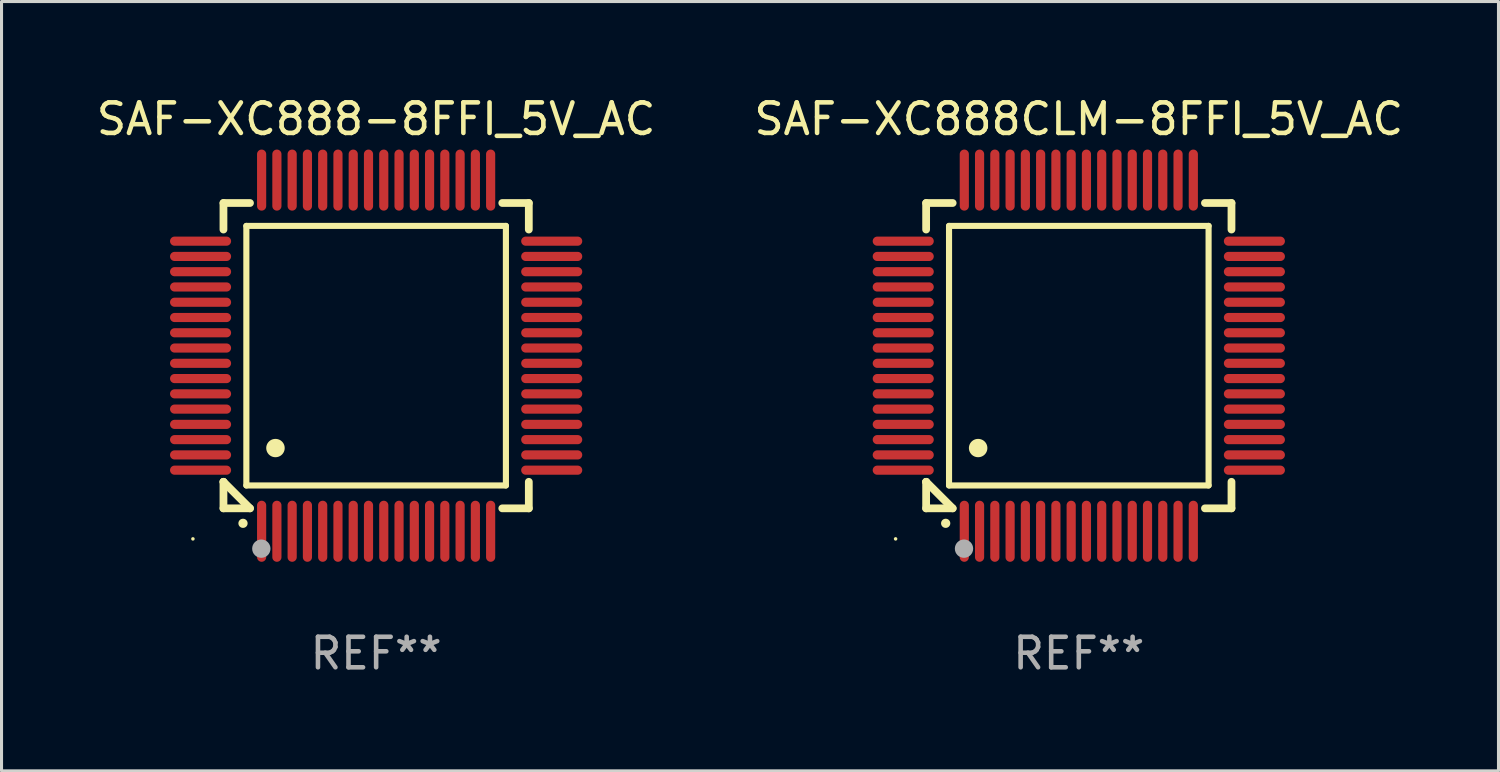
<source format=kicad_pcb>
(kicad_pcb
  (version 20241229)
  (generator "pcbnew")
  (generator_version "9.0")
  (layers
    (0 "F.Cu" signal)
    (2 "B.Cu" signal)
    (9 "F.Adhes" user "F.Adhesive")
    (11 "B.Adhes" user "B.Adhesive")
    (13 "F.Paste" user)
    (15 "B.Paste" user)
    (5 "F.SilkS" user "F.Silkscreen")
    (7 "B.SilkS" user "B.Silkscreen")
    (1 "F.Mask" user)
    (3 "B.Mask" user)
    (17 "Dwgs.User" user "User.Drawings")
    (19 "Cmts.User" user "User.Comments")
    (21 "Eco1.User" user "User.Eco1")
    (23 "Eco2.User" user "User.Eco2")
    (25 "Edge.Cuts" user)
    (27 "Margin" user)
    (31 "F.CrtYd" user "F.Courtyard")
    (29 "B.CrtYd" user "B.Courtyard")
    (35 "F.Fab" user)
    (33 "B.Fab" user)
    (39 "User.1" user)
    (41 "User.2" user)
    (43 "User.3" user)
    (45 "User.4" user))
  (footprint "SAF-XC888CLM-8FFI_5V_AC"
    (layer "F.Cu")
    (at 32.28 8.598)
    (property "Reference" "SAF-XC888CLM-8FFI_5V_AC" (at 0 -7.75 0) (layer "F.SilkS") (effects (font (size 1 1) (thickness 0.15))))
    (attr through_hole)
    (fp_line (start -5 -5) (end -4.131 -5) (stroke (width 0.254) (type solid)) (layer "F.SilkS"))
    (fp_line (start -5 -4.131) (end -5 -5) (stroke (width 0.254) (type solid)) (layer "F.SilkS"))
    (fp_line (start -5 4.131) (end -5 4.131) (stroke (width 0.254) (type solid)) (layer "F.SilkS"))
    (fp_line (start -5 5) (end -5 4.131) (stroke (width 0.254) (type solid)) (layer "F.SilkS"))
    (fp_line (start -5 4.131) (end -4.131 5) (stroke (width 0.254) (type solid)) (layer "F.SilkS"))
    (fp_line (start -4.25 -4.25) (end -4.25 4.25) (stroke (width 0.2) (type solid)) (layer "F.SilkS"))
    (fp_line (start -4.25 4.25) (end 4.25 4.25) (stroke (width 0.2) (type solid)) (layer "F.SilkS"))
    (fp_line (start -4.131 5) (end -5 5) (stroke (width 0.254) (type solid)) (layer "F.SilkS"))
    (fp_line (start 4.25 -4.25) (end -4.25 -4.25) (stroke (width 0.2) (type solid)) (layer "F.SilkS"))
    (fp_line (start 4.25 4.25) (end 4.25 -4.25) (stroke (width 0.2) (type solid)) (layer "F.SilkS"))
    (fp_line (start 5 -5) (end 4.131 -5) (stroke (width 0.254) (type solid)) (layer "F.SilkS"))
    (fp_line (start 5 -5) (end 5 -4.131) (stroke (width 0.254) (type solid)) (layer "F.SilkS"))
    (fp_line (start 5 4.131) (end 5 5) (stroke (width 0.254) (type solid)) (layer "F.SilkS"))
    (fp_line (start 5 5) (end 4.131 5) (stroke (width 0.254) (type solid)) (layer "F.SilkS"))
    (fp_arc (start -4.361265 5.489992) (mid -4.359995 5.489987) (end -4.358725 5.489992) (stroke (width 0.3) (type solid)) (layer "F.SilkS"))
    (fp_arc (start -3.299467 3.025146) (mid -3.296927 3.025135) (end -3.294387 3.025146) (stroke (width 0.6) (type solid)) (layer "F.SilkS"))
    (fp_circle (center -6 6) (end -5.97 6) (stroke (width 0.06) (type solid)) (fill no) (layer "F.SilkS"))
    (fp_circle (center -3.76 6.32) (end -3.61 6.32) (stroke (width 0.3) (type solid)) (fill no) (layer "F.Fab"))
    (fp_text user "REF**" (at 0 9.75 0) (layer "F.Fab") (effects (font (size 1 1) (thickness 0.15))))
    (pad "1" smd oval (at -3.75 5.75) (size 0.3 2) (layers "F.Cu" "F.Mask" "F.Paste"))
    (pad "2" smd oval (at -3.25 5.75) (size 0.3 2) (layers "F.Cu" "F.Mask" "F.Paste"))
    (pad "3" smd oval (at -2.75 5.75) (size 0.3 2) (layers "F.Cu" "F.Mask" "F.Paste"))
    (pad "4" smd oval (at -2.25 5.75) (size 0.3 2) (layers "F.Cu" "F.Mask" "F.Paste"))
    (pad "5" smd oval (at -1.75 5.75) (size 0.3 2) (layers "F.Cu" "F.Mask" "F.Paste"))
    (pad "6" smd oval (at -1.25 5.75) (size 0.3 2) (layers "F.Cu" "F.Mask" "F.Paste"))
    (pad "7" smd oval (at -0.75 5.75) (size 0.3 2) (layers "F.Cu" "F.Mask" "F.Paste"))
    (pad "8" smd oval (at -0.25 5.75) (size 0.3 2) (layers "F.Cu" "F.Mask" "F.Paste"))
    (pad "9" smd oval (at 0.25 5.75) (size 0.3 2) (layers "F.Cu" "F.Mask" "F.Paste"))
    (pad "10" smd oval (at 0.75 5.75) (size 0.3 2) (layers "F.Cu" "F.Mask" "F.Paste"))
    (pad "11" smd oval (at 1.25 5.75) (size 0.3 2) (layers "F.Cu" "F.Mask" "F.Paste"))
    (pad "12" smd oval (at 1.75 5.75) (size 0.3 2) (layers "F.Cu" "F.Mask" "F.Paste"))
    (pad "13" smd oval (at 2.25 5.75) (size 0.3 2) (layers "F.Cu" "F.Mask" "F.Paste"))
    (pad "14" smd oval (at 2.75 5.75) (size 0.3 2) (layers "F.Cu" "F.Mask" "F.Paste"))
    (pad "15" smd oval (at 3.25 5.75) (size 0.3 2) (layers "F.Cu" "F.Mask" "F.Paste"))
    (pad "16" smd oval (at 3.75 5.75) (size 0.3 2) (layers "F.Cu" "F.Mask" "F.Paste"))
    (pad "17" smd oval (at 5.75 3.75) (size 2 0.3) (layers "F.Cu" "F.Mask" "F.Paste"))
    (pad "18" smd oval (at 5.75 3.25) (size 2 0.3) (layers "F.Cu" "F.Mask" "F.Paste"))
    (pad "19" smd oval (at 5.75 2.75) (size 2 0.3) (layers "F.Cu" "F.Mask" "F.Paste"))
    (pad "20" smd oval (at 5.75 2.25) (size 2 0.3) (layers "F.Cu" "F.Mask" "F.Paste"))
    (pad "21" smd oval (at 5.75 1.75) (size 2 0.3) (layers "F.Cu" "F.Mask" "F.Paste"))
    (pad "22" smd oval (at 5.75 1.25) (size 2 0.3) (layers "F.Cu" "F.Mask" "F.Paste"))
    (pad "23" smd oval (at 5.75 0.75) (size 2 0.3) (layers "F.Cu" "F.Mask" "F.Paste"))
    (pad "24" smd oval (at 5.75 0.25) (size 2 0.3) (layers "F.Cu" "F.Mask" "F.Paste"))
    (pad "25" smd oval (at 5.75 -0.25) (size 2 0.3) (layers "F.Cu" "F.Mask" "F.Paste"))
    (pad "26" smd oval (at 5.75 -0.75) (size 2 0.3) (layers "F.Cu" "F.Mask" "F.Paste"))
    (pad "27" smd oval (at 5.75 -1.25) (size 2 0.3) (layers "F.Cu" "F.Mask" "F.Paste"))
    (pad "28" smd oval (at 5.75 -1.75) (size 2 0.3) (layers "F.Cu" "F.Mask" "F.Paste"))
    (pad "29" smd oval (at 5.75 -2.25) (size 2 0.3) (layers "F.Cu" "F.Mask" "F.Paste"))
    (pad "30" smd oval (at 5.75 -2.75) (size 2 0.3) (layers "F.Cu" "F.Mask" "F.Paste"))
    (pad "31" smd oval (at 5.75 -3.25) (size 2 0.3) (layers "F.Cu" "F.Mask" "F.Paste"))
    (pad "32" smd oval (at 5.75 -3.75) (size 2 0.3) (layers "F.Cu" "F.Mask" "F.Paste"))
    (pad "33" smd oval (at 3.75 -5.75) (size 0.3 2) (layers "F.Cu" "F.Mask" "F.Paste"))
    (pad "34" smd oval (at 3.25 -5.75) (size 0.3 2) (layers "F.Cu" "F.Mask" "F.Paste"))
    (pad "35" smd oval (at 2.75 -5.75) (size 0.3 2) (layers "F.Cu" "F.Mask" "F.Paste"))
    (pad "36" smd oval (at 2.25 -5.75) (size 0.3 2) (layers "F.Cu" "F.Mask" "F.Paste"))
    (pad "37" smd oval (at 1.75 -5.75) (size 0.3 2) (layers "F.Cu" "F.Mask" "F.Paste"))
    (pad "38" smd oval (at 1.25 -5.75) (size 0.3 2) (layers "F.Cu" "F.Mask" "F.Paste"))
    (pad "39" smd oval (at 0.75 -5.75) (size 0.3 2) (layers "F.Cu" "F.Mask" "F.Paste"))
    (pad "40" smd oval (at 0.25 -5.75) (size 0.3 2) (layers "F.Cu" "F.Mask" "F.Paste"))
    (pad "41" smd oval (at -0.25 -5.75) (size 0.3 2) (layers "F.Cu" "F.Mask" "F.Paste"))
    (pad "42" smd oval (at -0.75 -5.75) (size 0.3 2) (layers "F.Cu" "F.Mask" "F.Paste"))
    (pad "43" smd oval (at -1.25 -5.75) (size 0.3 2) (layers "F.Cu" "F.Mask" "F.Paste"))
    (pad "44" smd oval (at -1.75 -5.75) (size 0.3 2) (layers "F.Cu" "F.Mask" "F.Paste"))
    (pad "45" smd oval (at -2.25 -5.75) (size 0.3 2) (layers "F.Cu" "F.Mask" "F.Paste"))
    (pad "46" smd oval (at -2.75 -5.75) (size 0.3 2) (layers "F.Cu" "F.Mask" "F.Paste"))
    (pad "47" smd oval (at -3.25 -5.75) (size 0.3 2) (layers "F.Cu" "F.Mask" "F.Paste"))
    (pad "48" smd oval (at -3.75 -5.75) (size 0.3 2) (layers "F.Cu" "F.Mask" "F.Paste"))
    (pad "49" smd oval (at -5.75 -3.75) (size 2 0.3) (layers "F.Cu" "F.Mask" "F.Paste"))
    (pad "50" smd oval (at -5.75 -3.25) (size 2 0.3) (layers "F.Cu" "F.Mask" "F.Paste"))
    (pad "51" smd oval (at -5.75 -2.75) (size 2 0.3) (layers "F.Cu" "F.Mask" "F.Paste"))
    (pad "52" smd oval (at -5.75 -2.25) (size 2 0.3) (layers "F.Cu" "F.Mask" "F.Paste"))
    (pad "53" smd oval (at -5.75 -1.75) (size 2 0.3) (layers "F.Cu" "F.Mask" "F.Paste"))
    (pad "54" smd oval (at -5.75 -1.25) (size 2 0.3) (layers "F.Cu" "F.Mask" "F.Paste"))
    (pad "55" smd oval (at -5.75 -0.75) (size 2 0.3) (layers "F.Cu" "F.Mask" "F.Paste"))
    (pad "56" smd oval (at -5.75 -0.25) (size 2 0.3) (layers "F.Cu" "F.Mask" "F.Paste"))
    (pad "57" smd oval (at -5.75 0.25) (size 2 0.3) (layers "F.Cu" "F.Mask" "F.Paste"))
    (pad "58" smd oval (at -5.75 0.75) (size 2 0.3) (layers "F.Cu" "F.Mask" "F.Paste"))
    (pad "59" smd oval (at -5.75 1.25) (size 2 0.3) (layers "F.Cu" "F.Mask" "F.Paste"))
    (pad "60" smd oval (at -5.75 1.75) (size 2 0.3) (layers "F.Cu" "F.Mask" "F.Paste"))
    (pad "61" smd oval (at -5.75 2.25) (size 2 0.3) (layers "F.Cu" "F.Mask" "F.Paste"))
    (pad "62" smd oval (at -5.75 2.75) (size 2 0.3) (layers "F.Cu" "F.Mask" "F.Paste"))
    (pad "63" smd oval (at -5.75 3.25) (size 2 0.3) (layers "F.Cu" "F.Mask" "F.Paste"))
    (pad "64" smd oval (at -5.75 3.75) (size 2 0.3) (layers "F.Cu" "F.Mask" "F.Paste")))
  (footprint "SAF-XC888-8FFI_5V_AC"
    (layer "F.Cu")
    (at 9.268 8.598)
    (property "Reference" "SAF-XC888-8FFI_5V_AC" (at 0 -7.75 0) (layer "F.SilkS") (effects (font (size 1 1) (thickness 0.15))))
    (attr through_hole)
    (fp_line (start -5 -5) (end -4.131 -5) (stroke (width 0.254) (type solid)) (layer "F.SilkS"))
    (fp_line (start -5 -4.131) (end -5 -5) (stroke (width 0.254) (type solid)) (layer "F.SilkS"))
    (fp_line (start -5 4.131) (end -5 4.131) (stroke (width 0.254) (type solid)) (layer "F.SilkS"))
    (fp_line (start -5 5) (end -5 4.131) (stroke (width 0.254) (type solid)) (layer "F.SilkS"))
    (fp_line (start -5 4.131) (end -4.131 5) (stroke (width 0.254) (type solid)) (layer "F.SilkS"))
    (fp_line (start -4.25 -4.25) (end -4.25 4.25) (stroke (width 0.2) (type solid)) (layer "F.SilkS"))
    (fp_line (start -4.25 4.25) (end 4.25 4.25) (stroke (width 0.2) (type solid)) (layer "F.SilkS"))
    (fp_line (start -4.131 5) (end -5 5) (stroke (width 0.254) (type solid)) (layer "F.SilkS"))
    (fp_line (start 4.25 -4.25) (end -4.25 -4.25) (stroke (width 0.2) (type solid)) (layer "F.SilkS"))
    (fp_line (start 4.25 4.25) (end 4.25 -4.25) (stroke (width 0.2) (type solid)) (layer "F.SilkS"))
    (fp_line (start 5 -5) (end 4.131 -5) (stroke (width 0.254) (type solid)) (layer "F.SilkS"))
    (fp_line (start 5 -5) (end 5 -4.131) (stroke (width 0.254) (type solid)) (layer "F.SilkS"))
    (fp_line (start 5 4.131) (end 5 5) (stroke (width 0.254) (type solid)) (layer "F.SilkS"))
    (fp_line (start 5 5) (end 4.131 5) (stroke (width 0.254) (type solid)) (layer "F.SilkS"))
    (fp_arc (start -4.361265 5.489992) (mid -4.359995 5.489987) (end -4.358725 5.489992) (stroke (width 0.3) (type solid)) (layer "F.SilkS"))
    (fp_arc (start -3.299467 3.025146) (mid -3.296927 3.025135) (end -3.294387 3.025146) (stroke (width 0.6) (type solid)) (layer "F.SilkS"))
    (fp_circle (center -6 6) (end -5.97 6) (stroke (width 0.06) (type solid)) (fill no) (layer "F.SilkS"))
    (fp_circle (center -3.76 6.32) (end -3.61 6.32) (stroke (width 0.3) (type solid)) (fill no) (layer "F.Fab"))
    (fp_text user "REF**" (at 0 9.75 0) (layer "F.Fab") (effects (font (size 1 1) (thickness 0.15))))
    (pad "1" smd oval (at -3.75 5.75) (size 0.3 2) (layers "F.Cu" "F.Mask" "F.Paste"))
    (pad "2" smd oval (at -3.25 5.75) (size 0.3 2) (layers "F.Cu" "F.Mask" "F.Paste"))
    (pad "3" smd oval (at -2.75 5.75) (size 0.3 2) (layers "F.Cu" "F.Mask" "F.Paste"))
    (pad "4" smd oval (at -2.25 5.75) (size 0.3 2) (layers "F.Cu" "F.Mask" "F.Paste"))
    (pad "5" smd oval (at -1.75 5.75) (size 0.3 2) (layers "F.Cu" "F.Mask" "F.Paste"))
    (pad "6" smd oval (at -1.25 5.75) (size 0.3 2) (layers "F.Cu" "F.Mask" "F.Paste"))
    (pad "7" smd oval (at -0.75 5.75) (size 0.3 2) (layers "F.Cu" "F.Mask" "F.Paste"))
    (pad "8" smd oval (at -0.25 5.75) (size 0.3 2) (layers "F.Cu" "F.Mask" "F.Paste"))
    (pad "9" smd oval (at 0.25 5.75) (size 0.3 2) (layers "F.Cu" "F.Mask" "F.Paste"))
    (pad "10" smd oval (at 0.75 5.75) (size 0.3 2) (layers "F.Cu" "F.Mask" "F.Paste"))
    (pad "11" smd oval (at 1.25 5.75) (size 0.3 2) (layers "F.Cu" "F.Mask" "F.Paste"))
    (pad "12" smd oval (at 1.75 5.75) (size 0.3 2) (layers "F.Cu" "F.Mask" "F.Paste"))
    (pad "13" smd oval (at 2.25 5.75) (size 0.3 2) (layers "F.Cu" "F.Mask" "F.Paste"))
    (pad "14" smd oval (at 2.75 5.75) (size 0.3 2) (layers "F.Cu" "F.Mask" "F.Paste"))
    (pad "15" smd oval (at 3.25 5.75) (size 0.3 2) (layers "F.Cu" "F.Mask" "F.Paste"))
    (pad "16" smd oval (at 3.75 5.75) (size 0.3 2) (layers "F.Cu" "F.Mask" "F.Paste"))
    (pad "17" smd oval (at 5.75 3.75) (size 2 0.3) (layers "F.Cu" "F.Mask" "F.Paste"))
    (pad "18" smd oval (at 5.75 3.25) (size 2 0.3) (layers "F.Cu" "F.Mask" "F.Paste"))
    (pad "19" smd oval (at 5.75 2.75) (size 2 0.3) (layers "F.Cu" "F.Mask" "F.Paste"))
    (pad "20" smd oval (at 5.75 2.25) (size 2 0.3) (layers "F.Cu" "F.Mask" "F.Paste"))
    (pad "21" smd oval (at 5.75 1.75) (size 2 0.3) (layers "F.Cu" "F.Mask" "F.Paste"))
    (pad "22" smd oval (at 5.75 1.25) (size 2 0.3) (layers "F.Cu" "F.Mask" "F.Paste"))
    (pad "23" smd oval (at 5.75 0.75) (size 2 0.3) (layers "F.Cu" "F.Mask" "F.Paste"))
    (pad "24" smd oval (at 5.75 0.25) (size 2 0.3) (layers "F.Cu" "F.Mask" "F.Paste"))
    (pad "25" smd oval (at 5.75 -0.25) (size 2 0.3) (layers "F.Cu" "F.Mask" "F.Paste"))
    (pad "26" smd oval (at 5.75 -0.75) (size 2 0.3) (layers "F.Cu" "F.Mask" "F.Paste"))
    (pad "27" smd oval (at 5.75 -1.25) (size 2 0.3) (layers "F.Cu" "F.Mask" "F.Paste"))
    (pad "28" smd oval (at 5.75 -1.75) (size 2 0.3) (layers "F.Cu" "F.Mask" "F.Paste"))
    (pad "29" smd oval (at 5.75 -2.25) (size 2 0.3) (layers "F.Cu" "F.Mask" "F.Paste"))
    (pad "30" smd oval (at 5.75 -2.75) (size 2 0.3) (layers "F.Cu" "F.Mask" "F.Paste"))
    (pad "31" smd oval (at 5.75 -3.25) (size 2 0.3) (layers "F.Cu" "F.Mask" "F.Paste"))
    (pad "32" smd oval (at 5.75 -3.75) (size 2 0.3) (layers "F.Cu" "F.Mask" "F.Paste"))
    (pad "33" smd oval (at 3.75 -5.75) (size 0.3 2) (layers "F.Cu" "F.Mask" "F.Paste"))
    (pad "34" smd oval (at 3.25 -5.75) (size 0.3 2) (layers "F.Cu" "F.Mask" "F.Paste"))
    (pad "35" smd oval (at 2.75 -5.75) (size 0.3 2) (layers "F.Cu" "F.Mask" "F.Paste"))
    (pad "36" smd oval (at 2.25 -5.75) (size 0.3 2) (layers "F.Cu" "F.Mask" "F.Paste"))
    (pad "37" smd oval (at 1.75 -5.75) (size 0.3 2) (layers "F.Cu" "F.Mask" "F.Paste"))
    (pad "38" smd oval (at 1.25 -5.75) (size 0.3 2) (layers "F.Cu" "F.Mask" "F.Paste"))
    (pad "39" smd oval (at 0.75 -5.75) (size 0.3 2) (layers "F.Cu" "F.Mask" "F.Paste"))
    (pad "40" smd oval (at 0.25 -5.75) (size 0.3 2) (layers "F.Cu" "F.Mask" "F.Paste"))
    (pad "41" smd oval (at -0.25 -5.75) (size 0.3 2) (layers "F.Cu" "F.Mask" "F.Paste"))
    (pad "42" smd oval (at -0.75 -5.75) (size 0.3 2) (layers "F.Cu" "F.Mask" "F.Paste"))
    (pad "43" smd oval (at -1.25 -5.75) (size 0.3 2) (layers "F.Cu" "F.Mask" "F.Paste"))
    (pad "44" smd oval (at -1.75 -5.75) (size 0.3 2) (layers "F.Cu" "F.Mask" "F.Paste"))
    (pad "45" smd oval (at -2.25 -5.75) (size 0.3 2) (layers "F.Cu" "F.Mask" "F.Paste"))
    (pad "46" smd oval (at -2.75 -5.75) (size 0.3 2) (layers "F.Cu" "F.Mask" "F.Paste"))
    (pad "47" smd oval (at -3.25 -5.75) (size 0.3 2) (layers "F.Cu" "F.Mask" "F.Paste"))
    (pad "48" smd oval (at -3.75 -5.75) (size 0.3 2) (layers "F.Cu" "F.Mask" "F.Paste"))
    (pad "49" smd oval (at -5.75 -3.75) (size 2 0.3) (layers "F.Cu" "F.Mask" "F.Paste"))
    (pad "50" smd oval (at -5.75 -3.25) (size 2 0.3) (layers "F.Cu" "F.Mask" "F.Paste"))
    (pad "51" smd oval (at -5.75 -2.75) (size 2 0.3) (layers "F.Cu" "F.Mask" "F.Paste"))
    (pad "52" smd oval (at -5.75 -2.25) (size 2 0.3) (layers "F.Cu" "F.Mask" "F.Paste"))
    (pad "53" smd oval (at -5.75 -1.75) (size 2 0.3) (layers "F.Cu" "F.Mask" "F.Paste"))
    (pad "54" smd oval (at -5.75 -1.25) (size 2 0.3) (layers "F.Cu" "F.Mask" "F.Paste"))
    (pad "55" smd oval (at -5.75 -0.75) (size 2 0.3) (layers "F.Cu" "F.Mask" "F.Paste"))
    (pad "56" smd oval (at -5.75 -0.25) (size 2 0.3) (layers "F.Cu" "F.Mask" "F.Paste"))
    (pad "57" smd oval (at -5.75 0.25) (size 2 0.3) (layers "F.Cu" "F.Mask" "F.Paste"))
    (pad "58" smd oval (at -5.75 0.75) (size 2 0.3) (layers "F.Cu" "F.Mask" "F.Paste"))
    (pad "59" smd oval (at -5.75 1.25) (size 2 0.3) (layers "F.Cu" "F.Mask" "F.Paste"))
    (pad "60" smd oval (at -5.75 1.75) (size 2 0.3) (layers "F.Cu" "F.Mask" "F.Paste"))
    (pad "61" smd oval (at -5.75 2.25) (size 2 0.3) (layers "F.Cu" "F.Mask" "F.Paste"))
    (pad "62" smd oval (at -5.75 2.75) (size 2 0.3) (layers "F.Cu" "F.Mask" "F.Paste"))
    (pad "63" smd oval (at -5.75 3.25) (size 2 0.3) (layers "F.Cu" "F.Mask" "F.Paste"))
    (pad "64" smd oval (at -5.75 3.75) (size 2 0.3) (layers "F.Cu" "F.Mask" "F.Paste")))
  (gr_rect
    (start -3 -3)
    (end 46.024 22.196)
    (stroke (width 0.1) (type default))
    (fill no)
    (layer "Edge.Cuts")))
</source>
